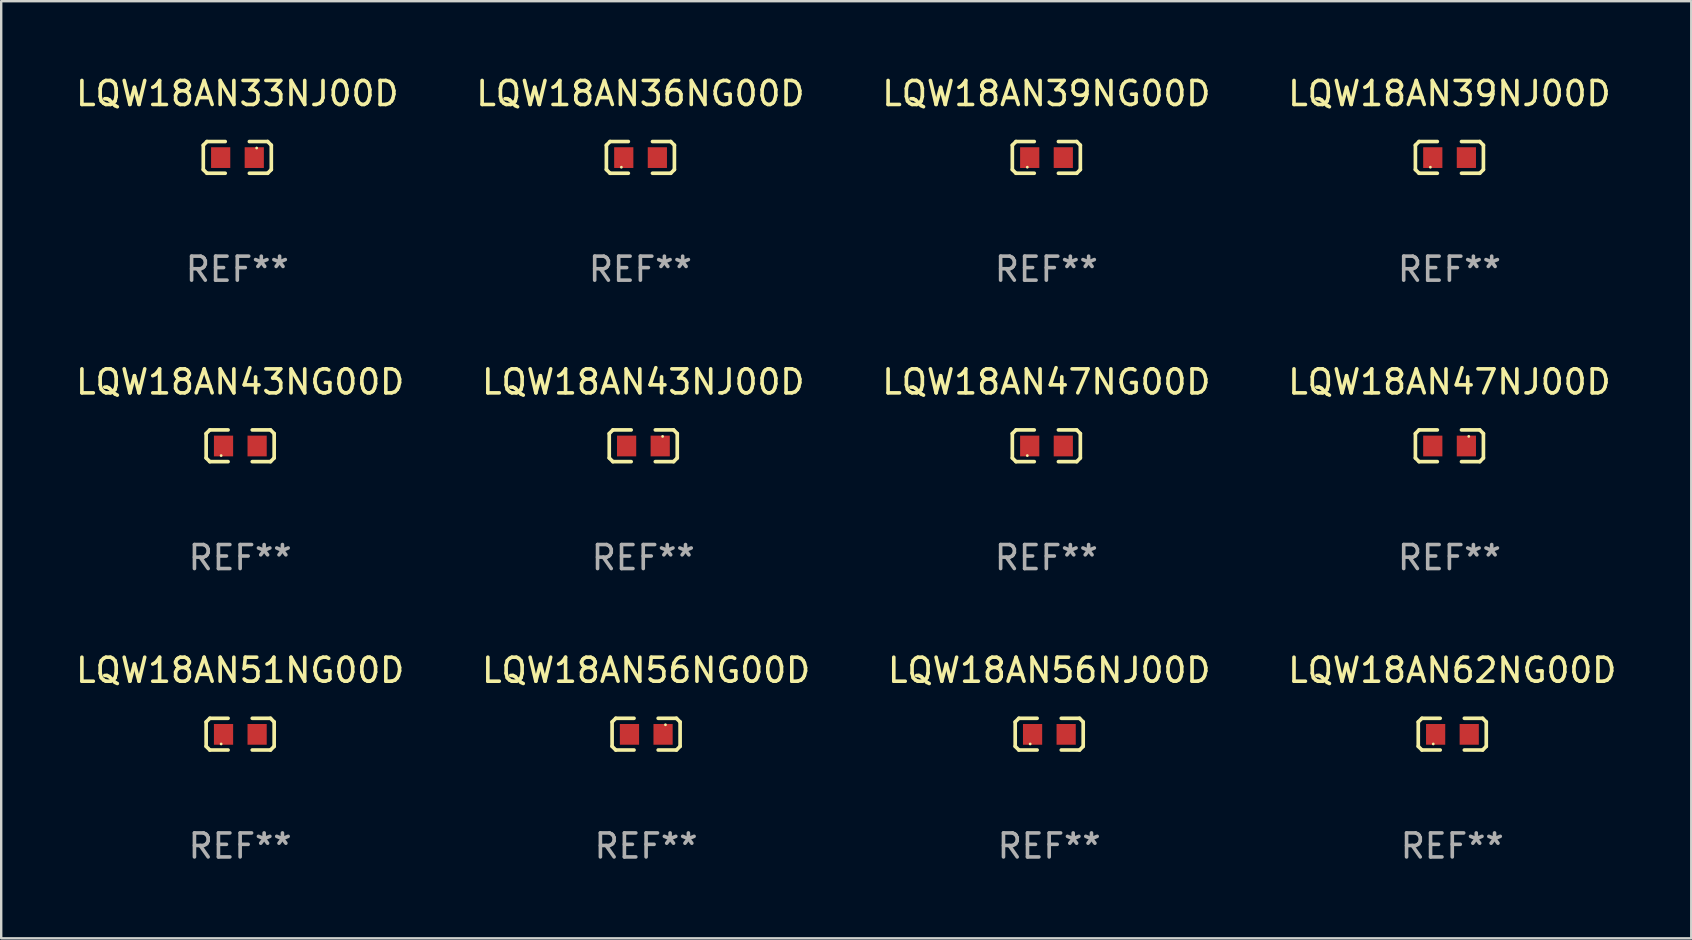
<source format=kicad_pcb>
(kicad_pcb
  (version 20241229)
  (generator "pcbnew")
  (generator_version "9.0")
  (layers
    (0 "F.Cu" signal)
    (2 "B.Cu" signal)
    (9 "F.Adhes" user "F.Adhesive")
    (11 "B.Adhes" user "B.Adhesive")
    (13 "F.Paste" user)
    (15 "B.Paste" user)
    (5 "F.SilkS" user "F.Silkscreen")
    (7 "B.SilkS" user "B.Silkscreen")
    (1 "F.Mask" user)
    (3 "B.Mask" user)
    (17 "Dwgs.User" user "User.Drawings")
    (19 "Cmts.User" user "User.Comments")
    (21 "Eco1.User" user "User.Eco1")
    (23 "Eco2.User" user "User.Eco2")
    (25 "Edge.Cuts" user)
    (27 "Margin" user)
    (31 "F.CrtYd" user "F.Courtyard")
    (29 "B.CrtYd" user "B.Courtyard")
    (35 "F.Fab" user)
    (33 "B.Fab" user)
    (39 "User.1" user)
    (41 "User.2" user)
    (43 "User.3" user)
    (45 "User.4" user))
  (footprint "LQW18AN47NG00D"
    (layer "F.Cu")
    (at 40.554 15.527)
    (property "Reference" "LQW18AN47NG00D" (at 0 -2.661 0) (layer "F.SilkS") (effects (font (size 1 1) (thickness 0.15))))
    (attr through_hole)
    (fp_line (start -1.417 -0.508) (end -1.265 -0.661) (stroke (width 0.152) (type solid)) (layer "F.SilkS"))
    (fp_line (start -1.417 0.508) (end -1.417 -0.508) (stroke (width 0.152) (type solid)) (layer "F.SilkS"))
    (fp_line (start -1.265 -0.661) (end -0.503 -0.661) (stroke (width 0.152) (type solid)) (layer "F.SilkS"))
    (fp_line (start -1.265 0.661) (end -1.417 0.508) (stroke (width 0.152) (type solid)) (layer "F.SilkS"))
    (fp_line (start -1.265 0.661) (end -0.503 0.661) (stroke (width 0.152) (type solid)) (layer "F.SilkS"))
    (fp_line (start 1.265 -0.661) (end 0.503 -0.661) (stroke (width 0.152) (type solid)) (layer "F.SilkS"))
    (fp_line (start 1.265 -0.661) (end 1.417 -0.508) (stroke (width 0.152) (type solid)) (layer "F.SilkS"))
    (fp_line (start 1.265 0.661) (end 0.503 0.661) (stroke (width 0.152) (type solid)) (layer "F.SilkS"))
    (fp_line (start 1.417 -0.508) (end 1.417 0.508) (stroke (width 0.152) (type solid)) (layer "F.SilkS"))
    (fp_line (start 1.417 0.508) (end 1.265 0.661) (stroke (width 0.152) (type solid)) (layer "F.SilkS"))
    (fp_circle (center -0.793 0.409) (end -0.763 0.409) (stroke (width 0.06) (type solid)) (fill no) (layer "F.SilkS"))
    (fp_text user "REF**" (at 0 4.661 0) (layer "F.Fab") (effects (font (size 1 1) (thickness 0.15))))
    (pad "1" smd rect (at -0.693 0.009 180) (size 0.8 0.864) (layers "F.Cu" "F.Mask" "F.Paste"))
    (pad "2" smd rect (at 0.707 0.009 180) (size 0.8 0.864) (layers "F.Cu" "F.Mask" "F.Paste")))
  (footprint "LQW18AN43NJ00D"
    (layer "F.Cu")
    (at 23.756 15.527)
    (property "Reference" "LQW18AN43NJ00D" (at 0 -2.661 0) (layer "F.SilkS") (effects (font (size 1 1) (thickness 0.15))))
    (attr through_hole)
    (fp_line (start -1.417 -0.508) (end -1.265 -0.661) (stroke (width 0.152) (type solid)) (layer "F.SilkS"))
    (fp_line (start -1.417 0.508) (end -1.417 -0.508) (stroke (width 0.152) (type solid)) (layer "F.SilkS"))
    (fp_line (start -1.265 -0.661) (end -0.503 -0.661) (stroke (width 0.152) (type solid)) (layer "F.SilkS"))
    (fp_line (start -1.265 0.661) (end -1.417 0.508) (stroke (width 0.152) (type solid)) (layer "F.SilkS"))
    (fp_line (start -1.265 0.661) (end -0.503 0.661) (stroke (width 0.152) (type solid)) (layer "F.SilkS"))
    (fp_line (start 1.265 -0.661) (end 0.503 -0.661) (stroke (width 0.152) (type solid)) (layer "F.SilkS"))
    (fp_line (start 1.265 -0.661) (end 1.417 -0.508) (stroke (width 0.152) (type solid)) (layer "F.SilkS"))
    (fp_line (start 1.265 0.661) (end 0.503 0.661) (stroke (width 0.152) (type solid)) (layer "F.SilkS"))
    (fp_line (start 1.417 -0.508) (end 1.417 0.508) (stroke (width 0.152) (type solid)) (layer "F.SilkS"))
    (fp_line (start 1.417 0.508) (end 1.265 0.661) (stroke (width 0.152) (type solid)) (layer "F.SilkS"))
    (fp_circle (center 0.807 -0.391) (end 0.837 -0.391) (stroke (width 0.06) (type solid)) (fill no) (layer "F.SilkS"))
    (fp_text user "REF**" (at 0 4.661 0) (layer "F.Fab") (effects (font (size 1 1) (thickness 0.15))))
    (pad "1" smd rect (at 0.707 0.009 180) (size 0.8 0.864) (layers "F.Cu" "F.Mask" "F.Paste"))
    (pad "2" smd rect (at -0.693 0.009 180) (size 0.8 0.864) (layers "F.Cu" "F.Mask" "F.Paste")))
  (footprint "LQW18AN47NJ00D"
    (layer "F.Cu")
    (at 57.351 15.527)
    (property "Reference" "LQW18AN47NJ00D" (at 0 -2.661 0) (layer "F.SilkS") (effects (font (size 1 1) (thickness 0.15))))
    (attr through_hole)
    (fp_line (start -1.417 -0.508) (end -1.265 -0.661) (stroke (width 0.152) (type solid)) (layer "F.SilkS"))
    (fp_line (start -1.417 0.508) (end -1.417 -0.508) (stroke (width 0.152) (type solid)) (layer "F.SilkS"))
    (fp_line (start -1.265 -0.661) (end -0.503 -0.661) (stroke (width 0.152) (type solid)) (layer "F.SilkS"))
    (fp_line (start -1.265 0.661) (end -1.417 0.508) (stroke (width 0.152) (type solid)) (layer "F.SilkS"))
    (fp_line (start -1.265 0.661) (end -0.503 0.661) (stroke (width 0.152) (type solid)) (layer "F.SilkS"))
    (fp_line (start 1.265 -0.661) (end 0.503 -0.661) (stroke (width 0.152) (type solid)) (layer "F.SilkS"))
    (fp_line (start 1.265 -0.661) (end 1.417 -0.508) (stroke (width 0.152) (type solid)) (layer "F.SilkS"))
    (fp_line (start 1.265 0.661) (end 0.503 0.661) (stroke (width 0.152) (type solid)) (layer "F.SilkS"))
    (fp_line (start 1.417 -0.508) (end 1.417 0.508) (stroke (width 0.152) (type solid)) (layer "F.SilkS"))
    (fp_line (start 1.417 0.508) (end 1.265 0.661) (stroke (width 0.152) (type solid)) (layer "F.SilkS"))
    (fp_circle (center 0.807 -0.391) (end 0.837 -0.391) (stroke (width 0.06) (type solid)) (fill no) (layer "F.SilkS"))
    (fp_text user "REF**" (at 0 4.661 0) (layer "F.Fab") (effects (font (size 1 1) (thickness 0.15))))
    (pad "1" smd rect (at 0.707 0.009 180) (size 0.8 0.864) (layers "F.Cu" "F.Mask" "F.Paste"))
    (pad "2" smd rect (at -0.693 0.009 180) (size 0.8 0.864) (layers "F.Cu" "F.Mask" "F.Paste")))
  (footprint "LQW18AN56NJ00D"
    (layer "F.Cu")
    (at 40.673 27.544)
    (property "Reference" "LQW18AN56NJ00D" (at 0 -2.661 0) (layer "F.SilkS") (effects (font (size 1 1) (thickness 0.15))))
    (attr through_hole)
    (fp_line (start -1.417 -0.508) (end -1.265 -0.661) (stroke (width 0.152) (type solid)) (layer "F.SilkS"))
    (fp_line (start -1.417 0.508) (end -1.417 -0.508) (stroke (width 0.152) (type solid)) (layer "F.SilkS"))
    (fp_line (start -1.265 -0.661) (end -0.503 -0.661) (stroke (width 0.152) (type solid)) (layer "F.SilkS"))
    (fp_line (start -1.265 0.661) (end -1.417 0.508) (stroke (width 0.152) (type solid)) (layer "F.SilkS"))
    (fp_line (start -1.265 0.661) (end -0.503 0.661) (stroke (width 0.152) (type solid)) (layer "F.SilkS"))
    (fp_line (start 1.265 -0.661) (end 0.503 -0.661) (stroke (width 0.152) (type solid)) (layer "F.SilkS"))
    (fp_line (start 1.265 -0.661) (end 1.417 -0.508) (stroke (width 0.152) (type solid)) (layer "F.SilkS"))
    (fp_line (start 1.265 0.661) (end 0.503 0.661) (stroke (width 0.152) (type solid)) (layer "F.SilkS"))
    (fp_line (start 1.417 -0.508) (end 1.417 0.508) (stroke (width 0.152) (type solid)) (layer "F.SilkS"))
    (fp_line (start 1.417 0.508) (end 1.265 0.661) (stroke (width 0.152) (type solid)) (layer "F.SilkS"))
    (fp_circle (center -0.793 0.409) (end -0.763 0.409) (stroke (width 0.06) (type solid)) (fill no) (layer "F.SilkS"))
    (fp_text user "REF**" (at 0 4.661 0) (layer "F.Fab") (effects (font (size 1 1) (thickness 0.15))))
    (pad "1" smd rect (at -0.693 0.009 180) (size 0.8 0.864) (layers "F.Cu" "F.Mask" "F.Paste"))
    (pad "2" smd rect (at 0.707 0.009 180) (size 0.8 0.864) (layers "F.Cu" "F.Mask" "F.Paste")))
  (footprint "LQW18AN33NJ00D"
    (layer "F.Cu")
    (at 6.839 3.509)
    (property "Reference" "LQW18AN33NJ00D" (at 0 -2.661 0) (layer "F.SilkS") (effects (font (size 1 1) (thickness 0.15))))
    (attr through_hole)
    (fp_line (start -1.417 -0.508) (end -1.265 -0.661) (stroke (width 0.152) (type solid)) (layer "F.SilkS"))
    (fp_line (start -1.417 0.508) (end -1.417 -0.508) (stroke (width 0.152) (type solid)) (layer "F.SilkS"))
    (fp_line (start -1.265 -0.661) (end -0.503 -0.661) (stroke (width 0.152) (type solid)) (layer "F.SilkS"))
    (fp_line (start -1.265 0.661) (end -1.417 0.508) (stroke (width 0.152) (type solid)) (layer "F.SilkS"))
    (fp_line (start -1.265 0.661) (end -0.503 0.661) (stroke (width 0.152) (type solid)) (layer "F.SilkS"))
    (fp_line (start 1.265 -0.661) (end 0.503 -0.661) (stroke (width 0.152) (type solid)) (layer "F.SilkS"))
    (fp_line (start 1.265 -0.661) (end 1.417 -0.508) (stroke (width 0.152) (type solid)) (layer "F.SilkS"))
    (fp_line (start 1.265 0.661) (end 0.503 0.661) (stroke (width 0.152) (type solid)) (layer "F.SilkS"))
    (fp_line (start 1.417 -0.508) (end 1.417 0.508) (stroke (width 0.152) (type solid)) (layer "F.SilkS"))
    (fp_line (start 1.417 0.508) (end 1.265 0.661) (stroke (width 0.152) (type solid)) (layer "F.SilkS"))
    (fp_circle (center 0.807 -0.391) (end 0.837 -0.391) (stroke (width 0.06) (type solid)) (fill no) (layer "F.SilkS"))
    (fp_text user "REF**" (at 0 4.661 0) (layer "F.Fab") (effects (font (size 1 1) (thickness 0.15))))
    (pad "1" smd rect (at 0.707 0.009 180) (size 0.8 0.864) (layers "F.Cu" "F.Mask" "F.Paste"))
    (pad "2" smd rect (at -0.693 0.009 180) (size 0.8 0.864) (layers "F.Cu" "F.Mask" "F.Paste")))
  (footprint "LQW18AN43NG00D"
    (layer "F.Cu")
    (at 6.958 15.527)
    (property "Reference" "LQW18AN43NG00D" (at 0 -2.661 0) (layer "F.SilkS") (effects (font (size 1 1) (thickness 0.15))))
    (attr through_hole)
    (fp_line (start -1.417 -0.508) (end -1.265 -0.661) (stroke (width 0.152) (type solid)) (layer "F.SilkS"))
    (fp_line (start -1.417 0.508) (end -1.417 -0.508) (stroke (width 0.152) (type solid)) (layer "F.SilkS"))
    (fp_line (start -1.265 -0.661) (end -0.503 -0.661) (stroke (width 0.152) (type solid)) (layer "F.SilkS"))
    (fp_line (start -1.265 0.661) (end -1.417 0.508) (stroke (width 0.152) (type solid)) (layer "F.SilkS"))
    (fp_line (start -1.265 0.661) (end -0.503 0.661) (stroke (width 0.152) (type solid)) (layer "F.SilkS"))
    (fp_line (start 1.265 -0.661) (end 0.503 -0.661) (stroke (width 0.152) (type solid)) (layer "F.SilkS"))
    (fp_line (start 1.265 -0.661) (end 1.417 -0.508) (stroke (width 0.152) (type solid)) (layer "F.SilkS"))
    (fp_line (start 1.265 0.661) (end 0.503 0.661) (stroke (width 0.152) (type solid)) (layer "F.SilkS"))
    (fp_line (start 1.417 -0.508) (end 1.417 0.508) (stroke (width 0.152) (type solid)) (layer "F.SilkS"))
    (fp_line (start 1.417 0.508) (end 1.265 0.661) (stroke (width 0.152) (type solid)) (layer "F.SilkS"))
    (fp_circle (center -0.793 0.409) (end -0.763 0.409) (stroke (width 0.06) (type solid)) (fill no) (layer "F.SilkS"))
    (fp_text user "REF**" (at 0 4.661 0) (layer "F.Fab") (effects (font (size 1 1) (thickness 0.15))))
    (pad "1" smd rect (at -0.693 0.009 180) (size 0.8 0.864) (layers "F.Cu" "F.Mask" "F.Paste"))
    (pad "2" smd rect (at 0.707 0.009 180) (size 0.8 0.864) (layers "F.Cu" "F.Mask" "F.Paste")))
  (footprint "LQW18AN39NJ00D"
    (layer "F.Cu")
    (at 57.351 3.509)
    (property "Reference" "LQW18AN39NJ00D" (at 0 -2.661 0) (layer "F.SilkS") (effects (font (size 1 1) (thickness 0.15))))
    (attr through_hole)
    (fp_line (start -1.417 -0.508) (end -1.265 -0.661) (stroke (width 0.152) (type solid)) (layer "F.SilkS"))
    (fp_line (start -1.417 0.508) (end -1.417 -0.508) (stroke (width 0.152) (type solid)) (layer "F.SilkS"))
    (fp_line (start -1.265 -0.661) (end -0.503 -0.661) (stroke (width 0.152) (type solid)) (layer "F.SilkS"))
    (fp_line (start -1.265 0.661) (end -1.417 0.508) (stroke (width 0.152) (type solid)) (layer "F.SilkS"))
    (fp_line (start -1.265 0.661) (end -0.503 0.661) (stroke (width 0.152) (type solid)) (layer "F.SilkS"))
    (fp_line (start 1.265 -0.661) (end 0.503 -0.661) (stroke (width 0.152) (type solid)) (layer "F.SilkS"))
    (fp_line (start 1.265 -0.661) (end 1.417 -0.508) (stroke (width 0.152) (type solid)) (layer "F.SilkS"))
    (fp_line (start 1.265 0.661) (end 0.503 0.661) (stroke (width 0.152) (type solid)) (layer "F.SilkS"))
    (fp_line (start 1.417 -0.508) (end 1.417 0.508) (stroke (width 0.152) (type solid)) (layer "F.SilkS"))
    (fp_line (start 1.417 0.508) (end 1.265 0.661) (stroke (width 0.152) (type solid)) (layer "F.SilkS"))
    (fp_circle (center -0.793 0.409) (end -0.763 0.409) (stroke (width 0.06) (type solid)) (fill no) (layer "F.SilkS"))
    (fp_text user "REF**" (at 0 4.661 0) (layer "F.Fab") (effects (font (size 1 1) (thickness 0.15))))
    (pad "1" smd rect (at -0.693 0.009 180) (size 0.8 0.864) (layers "F.Cu" "F.Mask" "F.Paste"))
    (pad "2" smd rect (at 0.707 0.009 180) (size 0.8 0.864) (layers "F.Cu" "F.Mask" "F.Paste")))
  (footprint "LQW18AN56NG00D"
    (layer "F.Cu")
    (at 23.875 27.544)
    (property "Reference" "LQW18AN56NG00D" (at 0 -2.661 0) (layer "F.SilkS") (effects (font (size 1 1) (thickness 0.15))))
    (attr through_hole)
    (fp_line (start -1.417 -0.508) (end -1.265 -0.661) (stroke (width 0.152) (type solid)) (layer "F.SilkS"))
    (fp_line (start -1.417 0.508) (end -1.417 -0.508) (stroke (width 0.152) (type solid)) (layer "F.SilkS"))
    (fp_line (start -1.265 -0.661) (end -0.503 -0.661) (stroke (width 0.152) (type solid)) (layer "F.SilkS"))
    (fp_line (start -1.265 0.661) (end -1.417 0.508) (stroke (width 0.152) (type solid)) (layer "F.SilkS"))
    (fp_line (start -1.265 0.661) (end -0.503 0.661) (stroke (width 0.152) (type solid)) (layer "F.SilkS"))
    (fp_line (start 1.265 -0.661) (end 0.503 -0.661) (stroke (width 0.152) (type solid)) (layer "F.SilkS"))
    (fp_line (start 1.265 -0.661) (end 1.417 -0.508) (stroke (width 0.152) (type solid)) (layer "F.SilkS"))
    (fp_line (start 1.265 0.661) (end 0.503 0.661) (stroke (width 0.152) (type solid)) (layer "F.SilkS"))
    (fp_line (start 1.417 -0.508) (end 1.417 0.508) (stroke (width 0.152) (type solid)) (layer "F.SilkS"))
    (fp_line (start 1.417 0.508) (end 1.265 0.661) (stroke (width 0.152) (type solid)) (layer "F.SilkS"))
    (fp_circle (center 0.807 -0.391) (end 0.837 -0.391) (stroke (width 0.06) (type solid)) (fill no) (layer "F.SilkS"))
    (fp_text user "REF**" (at 0 4.661 0) (layer "F.Fab") (effects (font (size 1 1) (thickness 0.15))))
    (pad "1" smd rect (at 0.707 0.009 180) (size 0.8 0.864) (layers "F.Cu" "F.Mask" "F.Paste"))
    (pad "2" smd rect (at -0.693 0.009 180) (size 0.8 0.864) (layers "F.Cu" "F.Mask" "F.Paste")))
  (footprint "LQW18AN62NG00D"
    (layer "F.Cu")
    (at 57.47 27.544)
    (property "Reference" "LQW18AN62NG00D" (at 0 -2.661 0) (layer "F.SilkS") (effects (font (size 1 1) (thickness 0.15))))
    (attr through_hole)
    (fp_line (start -1.417 -0.508) (end -1.265 -0.661) (stroke (width 0.152) (type solid)) (layer "F.SilkS"))
    (fp_line (start -1.417 0.508) (end -1.417 -0.508) (stroke (width 0.152) (type solid)) (layer "F.SilkS"))
    (fp_line (start -1.265 -0.661) (end -0.503 -0.661) (stroke (width 0.152) (type solid)) (layer "F.SilkS"))
    (fp_line (start -1.265 0.661) (end -1.417 0.508) (stroke (width 0.152) (type solid)) (layer "F.SilkS"))
    (fp_line (start -1.265 0.661) (end -0.503 0.661) (stroke (width 0.152) (type solid)) (layer "F.SilkS"))
    (fp_line (start 1.265 -0.661) (end 0.503 -0.661) (stroke (width 0.152) (type solid)) (layer "F.SilkS"))
    (fp_line (start 1.265 -0.661) (end 1.417 -0.508) (stroke (width 0.152) (type solid)) (layer "F.SilkS"))
    (fp_line (start 1.265 0.661) (end 0.503 0.661) (stroke (width 0.152) (type solid)) (layer "F.SilkS"))
    (fp_line (start 1.417 -0.508) (end 1.417 0.508) (stroke (width 0.152) (type solid)) (layer "F.SilkS"))
    (fp_line (start 1.417 0.508) (end 1.265 0.661) (stroke (width 0.152) (type solid)) (layer "F.SilkS"))
    (fp_circle (center -0.793 0.409) (end -0.763 0.409) (stroke (width 0.06) (type solid)) (fill no) (layer "F.SilkS"))
    (fp_text user "REF**" (at 0 4.661 0) (layer "F.Fab") (effects (font (size 1 1) (thickness 0.15))))
    (pad "1" smd rect (at -0.693 0.009 180) (size 0.8 0.864) (layers "F.Cu" "F.Mask" "F.Paste"))
    (pad "2" smd rect (at 0.707 0.009 180) (size 0.8 0.864) (layers "F.Cu" "F.Mask" "F.Paste")))
  (footprint "LQW18AN39NG00D"
    (layer "F.Cu")
    (at 40.554 3.509)
    (property "Reference" "LQW18AN39NG00D" (at 0 -2.661 0) (layer "F.SilkS") (effects (font (size 1 1) (thickness 0.15))))
    (attr through_hole)
    (fp_line (start -1.417 -0.508) (end -1.265 -0.661) (stroke (width 0.152) (type solid)) (layer "F.SilkS"))
    (fp_line (start -1.417 0.508) (end -1.417 -0.508) (stroke (width 0.152) (type solid)) (layer "F.SilkS"))
    (fp_line (start -1.265 -0.661) (end -0.503 -0.661) (stroke (width 0.152) (type solid)) (layer "F.SilkS"))
    (fp_line (start -1.265 0.661) (end -1.417 0.508) (stroke (width 0.152) (type solid)) (layer "F.SilkS"))
    (fp_line (start -1.265 0.661) (end -0.503 0.661) (stroke (width 0.152) (type solid)) (layer "F.SilkS"))
    (fp_line (start 1.265 -0.661) (end 0.503 -0.661) (stroke (width 0.152) (type solid)) (layer "F.SilkS"))
    (fp_line (start 1.265 -0.661) (end 1.417 -0.508) (stroke (width 0.152) (type solid)) (layer "F.SilkS"))
    (fp_line (start 1.265 0.661) (end 0.503 0.661) (stroke (width 0.152) (type solid)) (layer "F.SilkS"))
    (fp_line (start 1.417 -0.508) (end 1.417 0.508) (stroke (width 0.152) (type solid)) (layer "F.SilkS"))
    (fp_line (start 1.417 0.508) (end 1.265 0.661) (stroke (width 0.152) (type solid)) (layer "F.SilkS"))
    (fp_circle (center -0.793 0.409) (end -0.763 0.409) (stroke (width 0.06) (type solid)) (fill no) (layer "F.SilkS"))
    (fp_text user "REF**" (at 0 4.661 0) (layer "F.Fab") (effects (font (size 1 1) (thickness 0.15))))
    (pad "1" smd rect (at -0.693 0.009 180) (size 0.8 0.864) (layers "F.Cu" "F.Mask" "F.Paste"))
    (pad "2" smd rect (at 0.707 0.009 180) (size 0.8 0.864) (layers "F.Cu" "F.Mask" "F.Paste")))
  (footprint "LQW18AN51NG00D"
    (layer "F.Cu")
    (at 6.958 27.544)
    (property "Reference" "LQW18AN51NG00D" (at 0 -2.661 0) (layer "F.SilkS") (effects (font (size 1 1) (thickness 0.15))))
    (attr through_hole)
    (fp_line (start -1.417 -0.508) (end -1.265 -0.661) (stroke (width 0.152) (type solid)) (layer "F.SilkS"))
    (fp_line (start -1.417 0.508) (end -1.417 -0.508) (stroke (width 0.152) (type solid)) (layer "F.SilkS"))
    (fp_line (start -1.265 -0.661) (end -0.503 -0.661) (stroke (width 0.152) (type solid)) (layer "F.SilkS"))
    (fp_line (start -1.265 0.661) (end -1.417 0.508) (stroke (width 0.152) (type solid)) (layer "F.SilkS"))
    (fp_line (start -1.265 0.661) (end -0.503 0.661) (stroke (width 0.152) (type solid)) (layer "F.SilkS"))
    (fp_line (start 1.265 -0.661) (end 0.503 -0.661) (stroke (width 0.152) (type solid)) (layer "F.SilkS"))
    (fp_line (start 1.265 -0.661) (end 1.417 -0.508) (stroke (width 0.152) (type solid)) (layer "F.SilkS"))
    (fp_line (start 1.265 0.661) (end 0.503 0.661) (stroke (width 0.152) (type solid)) (layer "F.SilkS"))
    (fp_line (start 1.417 -0.508) (end 1.417 0.508) (stroke (width 0.152) (type solid)) (layer "F.SilkS"))
    (fp_line (start 1.417 0.508) (end 1.265 0.661) (stroke (width 0.152) (type solid)) (layer "F.SilkS"))
    (fp_circle (center -0.793 0.409) (end -0.763 0.409) (stroke (width 0.06) (type solid)) (fill no) (layer "F.SilkS"))
    (fp_text user "REF**" (at 0 4.661 0) (layer "F.Fab") (effects (font (size 1 1) (thickness 0.15))))
    (pad "1" smd rect (at -0.693 0.009 180) (size 0.8 0.864) (layers "F.Cu" "F.Mask" "F.Paste"))
    (pad "2" smd rect (at 0.707 0.009 180) (size 0.8 0.864) (layers "F.Cu" "F.Mask" "F.Paste")))
  (footprint "LQW18AN36NG00D"
    (layer "F.Cu")
    (at 23.637 3.509)
    (property "Reference" "LQW18AN36NG00D" (at 0 -2.661 0) (layer "F.SilkS") (effects (font (size 1 1) (thickness 0.15))))
    (attr through_hole)
    (fp_line (start -1.417 -0.508) (end -1.265 -0.661) (stroke (width 0.152) (type solid)) (layer "F.SilkS"))
    (fp_line (start -1.417 0.508) (end -1.417 -0.508) (stroke (width 0.152) (type solid)) (layer "F.SilkS"))
    (fp_line (start -1.265 -0.661) (end -0.503 -0.661) (stroke (width 0.152) (type solid)) (layer "F.SilkS"))
    (fp_line (start -1.265 0.661) (end -1.417 0.508) (stroke (width 0.152) (type solid)) (layer "F.SilkS"))
    (fp_line (start -1.265 0.661) (end -0.503 0.661) (stroke (width 0.152) (type solid)) (layer "F.SilkS"))
    (fp_line (start 1.265 -0.661) (end 0.503 -0.661) (stroke (width 0.152) (type solid)) (layer "F.SilkS"))
    (fp_line (start 1.265 -0.661) (end 1.417 -0.508) (stroke (width 0.152) (type solid)) (layer "F.SilkS"))
    (fp_line (start 1.265 0.661) (end 0.503 0.661) (stroke (width 0.152) (type solid)) (layer "F.SilkS"))
    (fp_line (start 1.417 -0.508) (end 1.417 0.508) (stroke (width 0.152) (type solid)) (layer "F.SilkS"))
    (fp_line (start 1.417 0.508) (end 1.265 0.661) (stroke (width 0.152) (type solid)) (layer "F.SilkS"))
    (fp_circle (center -0.793 0.409) (end -0.763 0.409) (stroke (width 0.06) (type solid)) (fill no) (layer "F.SilkS"))
    (fp_text user "REF**" (at 0 4.661 0) (layer "F.Fab") (effects (font (size 1 1) (thickness 0.15))))
    (pad "1" smd rect (at -0.693 0.009 180) (size 0.8 0.864) (layers "F.Cu" "F.Mask" "F.Paste"))
    (pad "2" smd rect (at 0.707 0.009 180) (size 0.8 0.864) (layers "F.Cu" "F.Mask" "F.Paste")))
  (gr_rect
    (start -3 -3)
    (end 67.429 36.053)
    (stroke (width 0.1) (type default))
    (fill no)
    (layer "Edge.Cuts")))
</source>
